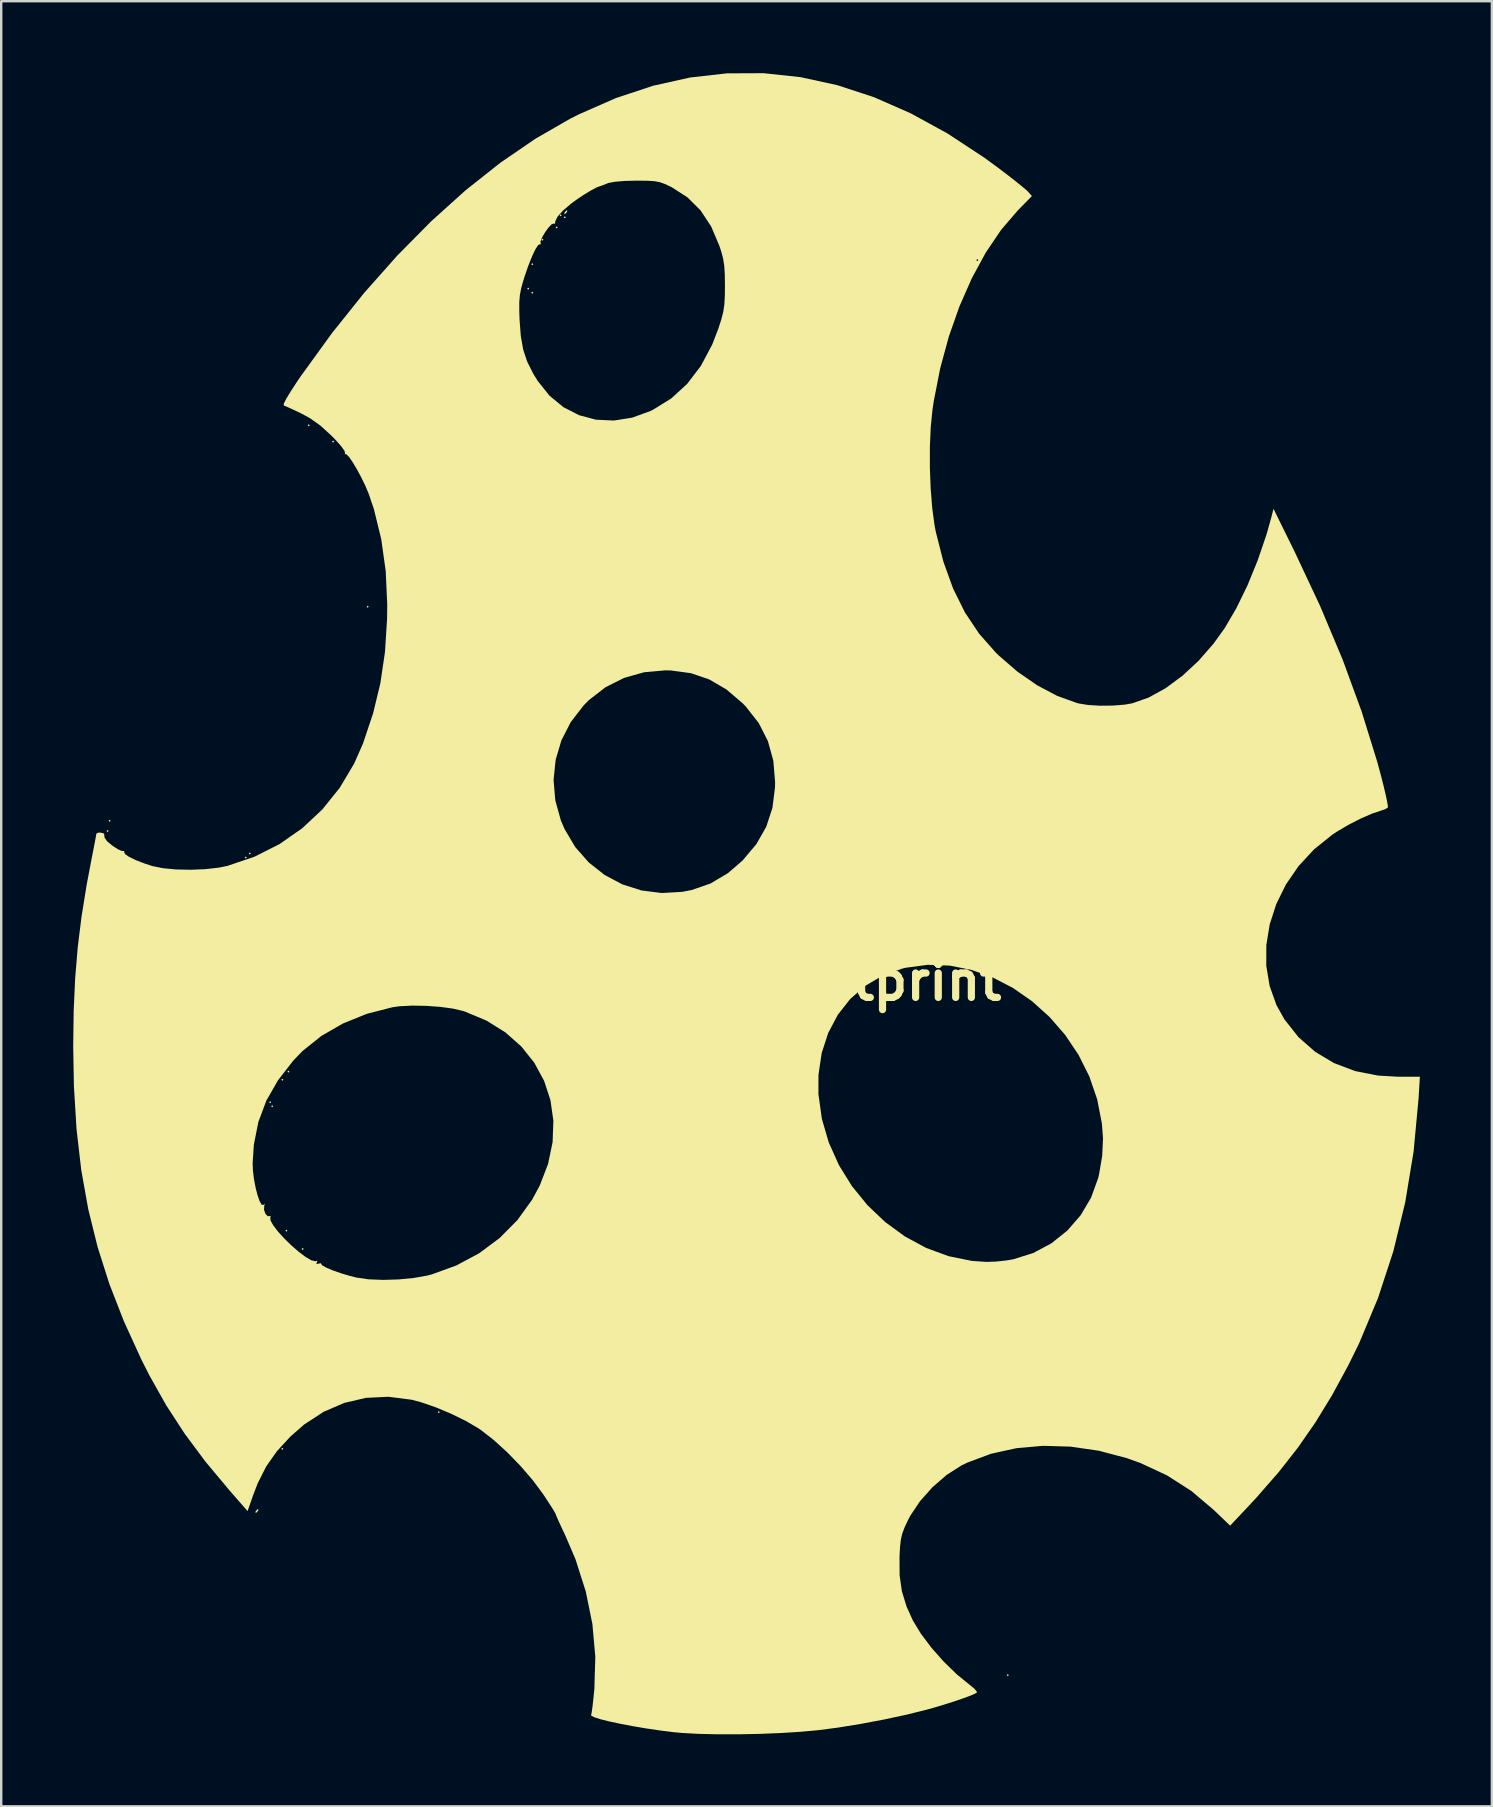
<source format=kicad_pcb>
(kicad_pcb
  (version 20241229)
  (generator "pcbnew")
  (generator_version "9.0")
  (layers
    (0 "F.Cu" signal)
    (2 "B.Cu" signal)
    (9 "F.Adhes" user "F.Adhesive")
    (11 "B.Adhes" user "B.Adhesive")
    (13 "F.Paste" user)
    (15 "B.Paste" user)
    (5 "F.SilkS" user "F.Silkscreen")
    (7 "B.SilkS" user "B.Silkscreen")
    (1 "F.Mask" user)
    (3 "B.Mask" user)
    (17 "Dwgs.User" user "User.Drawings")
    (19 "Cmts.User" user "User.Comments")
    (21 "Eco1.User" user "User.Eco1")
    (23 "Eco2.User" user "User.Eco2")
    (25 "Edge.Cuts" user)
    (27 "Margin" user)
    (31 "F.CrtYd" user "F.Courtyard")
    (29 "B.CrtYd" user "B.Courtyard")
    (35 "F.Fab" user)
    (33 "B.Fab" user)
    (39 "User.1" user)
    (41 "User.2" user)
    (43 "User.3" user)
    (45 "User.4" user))
  (footprint "easter_egg_footprint"
    (layer "F.Cu")
    (at 27.043 37.817)
    (property "Reference" "easter_egg_footprint" (at 0 0 0) (layer "F.SilkS") (effects (font (size 1.524 1.524) (thickness 0.3))))
    (attr board_only exclude_from_pos_files exclude_from_bom)
    (fp_poly (pts (xy -25.569 -6.244) (xy -25.612 -6.201) (xy -25.654 -6.244) (xy -25.612 -6.286)) (stroke (width 0) (type solid)) (fill yes) (layer "F.SilkS"))
    (fp_poly (pts (xy -25.485 -6.669) (xy -25.527 -6.626) (xy -25.569 -6.669) (xy -25.527 -6.711)) (stroke (width 0) (type solid)) (fill yes) (layer "F.SilkS"))
    (fp_poly (pts (xy -19.812 -5.139) (xy -19.854 -5.097) (xy -19.897 -5.139) (xy -19.854 -5.182)) (stroke (width 0) (type solid)) (fill yes) (layer "F.SilkS"))
    (fp_poly (pts (xy -19.643 -5.309) (xy -19.685 -5.267) (xy -19.727 -5.309) (xy -19.685 -5.352)) (stroke (width 0) (type solid)) (fill yes) (layer "F.SilkS"))
    (fp_poly (pts (xy -18.796 5.055) (xy -18.838 5.097) (xy -18.881 5.055) (xy -18.838 5.012)) (stroke (width 0) (type solid)) (fill yes) (layer "F.SilkS"))
    (fp_poly (pts (xy -18.711 5.224) (xy -18.754 5.267) (xy -18.796 5.224) (xy -18.754 5.182)) (stroke (width 0) (type solid)) (fill yes) (layer "F.SilkS"))
    (fp_poly (pts (xy -18.288 4.12) (xy -18.33 4.163) (xy -18.373 4.12) (xy -18.33 4.078)) (stroke (width 0) (type solid)) (fill yes) (layer "F.SilkS"))
    (fp_poly (pts (xy -18.288 19.496) (xy -18.33 19.538) (xy -18.373 19.496) (xy -18.33 19.454)) (stroke (width 0) (type solid)) (fill yes) (layer "F.SilkS"))
    (fp_poly (pts (xy -18.119 10.406) (xy -18.161 10.449) (xy -18.203 10.406) (xy -18.161 10.364)) (stroke (width 0) (type solid)) (fill yes) (layer "F.SilkS"))
    (fp_poly (pts (xy -18.034 3.78) (xy -18.076 3.823) (xy -18.119 3.78) (xy -18.076 3.738)) (stroke (width 0) (type solid)) (fill yes) (layer "F.SilkS"))
    (fp_poly (pts (xy -17.441 11.171) (xy -17.484 11.213) (xy -17.526 11.171) (xy -17.484 11.128)) (stroke (width 0) (type solid)) (fill yes) (layer "F.SilkS"))
    (fp_poly (pts (xy -17.187 -23.149) (xy -17.23 -23.106) (xy -17.272 -23.149) (xy -17.23 -23.191)) (stroke (width 0) (type solid)) (fill yes) (layer "F.SilkS"))
    (fp_poly (pts (xy -16.171 -22.469) (xy -16.214 -22.427) (xy -16.256 -22.469) (xy -16.214 -22.512)) (stroke (width 0) (type solid)) (fill yes) (layer "F.SilkS"))
    (fp_poly (pts (xy -14.732 -15.588) (xy -14.774 -15.546) (xy -14.817 -15.588) (xy -14.774 -15.631)) (stroke (width 0) (type solid)) (fill yes) (layer "F.SilkS"))
    (fp_poly (pts (xy -11.769 17.967) (xy -11.811 18.009) (xy -11.853 17.967) (xy -11.811 17.924)) (stroke (width 0) (type solid)) (fill yes) (layer "F.SilkS"))
    (fp_poly (pts (xy -8.043 -28.84) (xy -8.086 -28.798) (xy -8.128 -28.84) (xy -8.086 -28.883)) (stroke (width 0) (type solid)) (fill yes) (layer "F.SilkS"))
    (fp_poly (pts (xy -7.874 -29.86) (xy -7.916 -29.817) (xy -7.959 -29.86) (xy -7.916 -29.902)) (stroke (width 0) (type solid)) (fill yes) (layer "F.SilkS"))
    (fp_poly (pts (xy -7.874 -28.671) (xy -7.916 -28.628) (xy -7.959 -28.671) (xy -7.916 -28.713)) (stroke (width 0) (type solid)) (fill yes) (layer "F.SilkS"))
    (fp_poly (pts (xy -7.451 -30.879) (xy -7.493 -30.837) (xy -7.535 -30.879) (xy -7.493 -30.922)) (stroke (width 0) (type solid)) (fill yes) (layer "F.SilkS"))
    (fp_poly (pts (xy -6.858 -31.389) (xy -6.9 -31.346) (xy -6.943 -31.389) (xy -6.9 -31.431)) (stroke (width 0) (type solid)) (fill yes) (layer "F.SilkS"))
    (fp_poly (pts (xy -6.689 -31.899) (xy -6.731 -31.856) (xy -6.773 -31.899) (xy -6.731 -31.941)) (stroke (width 0) (type solid)) (fill yes) (layer "F.SilkS"))
    (fp_poly (pts (xy -6.519 -31.814) (xy -6.562 -31.771) (xy -6.604 -31.814) (xy -6.562 -31.856)) (stroke (width 0) (type solid)) (fill yes) (layer "F.SilkS"))
    (fp_poly (pts (xy 11.938 28.925) (xy 11.896 28.968) (xy 11.853 28.925) (xy 11.896 28.883)) (stroke (width 0) (type solid)) (fill yes) (layer "F.SilkS"))
    (fp_poly (pts (xy -19.331 22.057) (xy -19.346 22.087) (xy -19.426 22.168) (xy -19.441 22.172) (xy -19.447 22.117) (xy -19.431 22.087) (xy -19.351 22.006) (xy -19.336 22.002)) (stroke (width 0) (type solid)) (fill yes) (layer "F.SilkS"))
    (fp_poly (pts (xy -6.461 -32.056) (xy -6.477 -32.026) (xy -6.557 -31.945) (xy -6.572 -31.941) (xy -6.577 -31.996) (xy -6.562 -32.026) (xy -6.482 -32.107) (xy -6.467 -32.111)) (stroke (width 0) (type solid)) (fill yes) (layer "F.SilkS"))
    (fp_poly (pts (xy 3.256 -37.653) (xy 4.787 -37.32) (xy 6.318 -36.818) (xy 7.85 -36.146) (xy 9.385 -35.305) (xy 10.923 -34.294) (xy 11.472 -33.892) (xy 11.858 -33.599) (xy 12.207 -33.328) (xy 12.489 -33.1) (xy 12.68 -32.939) (xy 12.737 -32.883) (xy 12.901 -32.699) (xy 12.3 -32.087) (xy 11.615 -31.287) (xy 10.978 -30.343) (xy 10.397 -29.274) (xy 9.881 -28.101) (xy 9.439 -26.844) (xy 9.08 -25.524) (xy 8.813 -24.161) (xy 8.758 -23.795) (xy 8.686 -23.078) (xy 8.65 -22.263) (xy 8.649 -21.399) (xy 8.681 -20.534) (xy 8.746 -19.717) (xy 8.841 -18.998) (xy 8.891 -18.731) (xy 9.211 -17.472) (xy 9.615 -16.35) (xy 10.109 -15.352) (xy 10.703 -14.463) (xy 11.401 -13.671) (xy 11.51 -13.564) (xy 12.304 -12.879) (xy 13.129 -12.309) (xy 13.96 -11.871) (xy 14.771 -11.579) (xy 14.859 -11.556) (xy 15.253 -11.493) (xy 15.745 -11.464) (xy 16.269 -11.469) (xy 16.756 -11.507) (xy 17.081 -11.563) (xy 17.765 -11.804) (xy 18.467 -12.191) (xy 19.167 -12.707) (xy 19.842 -13.333) (xy 20.469 -14.051) (xy 20.933 -14.696) (xy 21.419 -15.526) (xy 21.884 -16.482) (xy 22.308 -17.52) (xy 22.674 -18.595) (xy 22.868 -19.284) (xy 22.967 -19.666) (xy 23.826 -17.924) (xy 24.909 -15.617) (xy 25.846 -13.387) (xy 26.636 -11.23) (xy 27.284 -9.143) (xy 27.432 -8.597) (xy 27.547 -8.15) (xy 27.639 -7.759) (xy 27.703 -7.456) (xy 27.733 -7.27) (xy 27.731 -7.226) (xy 27.624 -7.155) (xy 27.454 -7.096) (xy 27.074 -6.969) (xy 26.61 -6.767) (xy 26.116 -6.515) (xy 25.644 -6.24) (xy 25.414 -6.089) (xy 24.654 -5.477) (xy 24.009 -4.78) (xy 23.483 -4.015) (xy 23.082 -3.2) (xy 22.808 -2.353) (xy 22.668 -1.491) (xy 22.665 -0.631) (xy 22.804 0.209) (xy 23.09 1.011) (xy 23.424 1.609) (xy 24.009 2.347) (xy 24.699 2.953) (xy 25.486 3.425) (xy 26.362 3.757) (xy 27.321 3.946) (xy 28.131 3.993) (xy 29.065 3.993) (xy 29.01 4.906) (xy 28.803 7.112) (xy 28.454 9.229) (xy 27.96 11.263) (xy 27.32 13.217) (xy 26.535 15.097) (xy 26.085 16.013) (xy 25.41 17.256) (xy 24.719 18.387) (xy 23.983 19.448) (xy 23.17 20.483) (xy 22.249 21.536) (xy 21.868 21.946) (xy 21.16 22.698) (xy 20.483 22.049) (xy 19.543 21.253) (xy 18.528 20.603) (xy 17.418 20.086) (xy 16.845 19.882) (xy 15.684 19.576) (xy 14.517 19.406) (xy 13.365 19.372) (xy 12.249 19.471) (xy 11.191 19.704) (xy 10.214 20.069) (xy 9.951 20.198) (xy 9.346 20.586) (xy 8.761 21.093) (xy 8.242 21.675) (xy 7.833 22.285) (xy 7.746 22.45) (xy 7.596 22.77) (xy 7.498 23.03) (xy 7.439 23.287) (xy 7.405 23.601) (xy 7.384 23.994) (xy 7.388 24.758) (xy 7.483 25.432) (xy 7.681 26.076) (xy 7.941 26.649) (xy 8.273 27.197) (xy 8.714 27.783) (xy 9.227 28.364) (xy 9.774 28.896) (xy 10.31 29.332) (xy 10.5 29.488) (xy 10.602 29.609) (xy 10.606 29.654) (xy 10.478 29.723) (xy 10.22 29.827) (xy 9.864 29.953) (xy 9.444 30.091) (xy 8.992 30.23) (xy 8.551 30.356) (xy 7.705 30.567) (xy 6.754 30.772) (xy 5.766 30.959) (xy 4.804 31.114) (xy 3.979 31.221) (xy 3.242 31.288) (xy 2.418 31.339) (xy 1.545 31.374) (xy 0.662 31.391) (xy -0.193 31.391) (xy -0.981 31.373) (xy -1.664 31.336) (xy -2.032 31.302) (xy -2.606 31.23) (xy -3.184 31.144) (xy -3.744 31.049) (xy -4.263 30.95) (xy -4.717 30.853) (xy -5.083 30.761) (xy -5.339 30.679) (xy -5.461 30.613) (xy -5.465 30.589) (xy -5.441 30.481) (xy -5.407 30.24) (xy -5.369 29.9) (xy -5.329 29.499) (xy -5.329 29.495) (xy -5.29 28.158) (xy -5.411 26.799) (xy -5.688 25.438) (xy -6.116 24.098) (xy -6.53 23.13) (xy -6.694 22.78) (xy -6.828 22.489) (xy -6.915 22.288) (xy -6.943 22.213) (xy -6.987 22.128) (xy -7.107 21.932) (xy -7.285 21.657) (xy -7.466 21.383) (xy -7.892 20.808) (xy -8.406 20.211) (xy -8.967 19.634) (xy -9.536 19.117) (xy -10.071 18.703) (xy -10.147 18.652) (xy -10.67 18.343) (xy -11.285 18.041) (xy -11.93 17.77) (xy -12.546 17.557) (xy -12.954 17.45) (xy -13.911 17.328) (xy -14.844 17.373) (xy -15.746 17.583) (xy -16.607 17.953) (xy -17.419 18.483) (xy -17.994 18.986) (xy -18.561 19.603) (xy -19.001 20.23) (xy -19.353 20.927) (xy -19.54 21.412) (xy -19.778 22.091) (xy -20.542 21.218) (xy -21.534 20.029) (xy -22.399 18.866) (xy -23.165 17.688) (xy -23.861 16.452) (xy -24.212 15.758) (xy -24.931 14.183) (xy -25.534 12.635) (xy -26.027 11.086) (xy -26.416 9.513) (xy -26.707 7.887) (xy -26.74 7.599) (xy -19.567 7.599) (xy -19.553 7.923) (xy -19.509 8.275) (xy -19.442 8.623) (xy -19.361 8.936) (xy -19.275 9.181) (xy -19.192 9.325) (xy -19.121 9.337) (xy -19.113 9.328) (xy -19.064 9.279) (xy -19.084 9.372) (xy -19.092 9.545) (xy -19.032 9.71) (xy -18.937 9.806) (xy -18.863 9.801) (xy -18.81 9.795) (xy -18.831 9.843) (xy -18.824 9.981) (xy -18.705 10.193) (xy -18.502 10.456) (xy -18.239 10.743) (xy -17.943 11.03) (xy -17.641 11.293) (xy -17.357 11.506) (xy -17.118 11.644) (xy -16.951 11.683) (xy -16.919 11.672) (xy -16.863 11.662) (xy -16.892 11.724) (xy -16.911 11.8) (xy -16.816 11.781) (xy -16.715 11.763) (xy -16.712 11.792) (xy -16.664 11.858) (xy -16.486 11.954) (xy -16.213 12.068) (xy -15.876 12.186) (xy -15.511 12.294) (xy -15.24 12.362) (xy -14.741 12.434) (xy -14.137 12.459) (xy -13.487 12.44) (xy -12.849 12.378) (xy -12.281 12.276) (xy -12.113 12.233) (xy -11.074 11.855) (xy -10.122 11.345) (xy -9.272 10.711) (xy -8.534 9.965) (xy -7.923 9.117) (xy -7.609 8.537) (xy -7.257 7.625) (xy -7.069 6.717) (xy -7.037 5.829) (xy -7.158 4.974) (xy -7.243 4.715) (xy 4.006 4.715) (xy 4.148 5.744) (xy 4.437 6.735) (xy 4.859 7.675) (xy 5.401 8.55) (xy 6.049 9.346) (xy 6.789 10.05) (xy 7.608 10.648) (xy 8.492 11.126) (xy 9.427 11.47) (xy 10.399 11.668) (xy 11.007 11.71) (xy 11.402 11.696) (xy 11.845 11.648) (xy 12.128 11.599) (xy 12.955 11.339) (xy 13.709 10.937) (xy 14.373 10.408) (xy 14.93 9.768) (xy 15.364 9.035) (xy 15.659 8.224) (xy 15.696 8.07) (xy 15.829 7.293) (xy 15.863 6.569) (xy 15.817 5.946) (xy 15.621 4.938) (xy 15.291 3.978) (xy 14.841 3.079) (xy 14.284 2.25) (xy 13.634 1.503) (xy 12.906 0.848) (xy 12.112 0.296) (xy 11.267 -0.142) (xy 10.384 -0.456) (xy 9.477 -0.636) (xy 8.56 -0.669) (xy 7.647 -0.547) (xy 7.498 -0.511) (xy 6.679 -0.218) (xy 5.952 0.21) (xy 5.327 0.759) (xy 4.811 1.417) (xy 4.413 2.171) (xy 4.142 3.007) (xy 4.008 3.913) (xy 4.006 4.715) (xy -7.243 4.715) (xy -7.424 4.164) (xy -7.83 3.414) (xy -8.369 2.737) (xy -9.037 2.146) (xy -9.828 1.654) (xy -10.734 1.275) (xy -10.795 1.255) (xy -11.217 1.156) (xy -11.75 1.084) (xy -12.337 1.041) (xy -12.92 1.031) (xy -13.442 1.057) (xy -13.734 1.097) (xy -14.808 1.373) (xy -15.801 1.774) (xy -16.697 2.29) (xy -17.478 2.913) (xy -17.865 3.311) (xy -18.511 4.142) (xy -18.997 4.992) (xy -19.329 5.88) (xy -19.517 6.827) (xy -19.567 7.599) (xy -26.74 7.599) (xy -26.904 6.185) (xy -27.014 4.379) (xy -27.043 2.718) (xy -27.023 1.254) (xy -26.962 -0.098) (xy -26.855 -1.393) (xy -26.695 -2.684) (xy -26.478 -4.026) (xy -26.283 -5.055) (xy -26.204 -5.451) (xy -26.14 -5.786) (xy -26.096 -6.024) (xy -26.078 -6.131) (xy -26.078 -6.132) (xy -26.007 -6.175) (xy -25.914 -6.178) (xy -25.781 -6.148) (xy -25.755 -6.12) (xy -25.737 -5.967) (xy -25.634 -5.82) (xy -25.415 -5.637) (xy -25.387 -5.617) (xy -25.173 -5.479) (xy -25.007 -5.409) (xy -24.951 -5.41) (xy -24.906 -5.408) (xy -24.922 -5.373) (xy -24.886 -5.284) (xy -24.712 -5.164) (xy -24.422 -5.025) (xy -24.042 -4.88) (xy -23.749 -4.785) (xy -23.309 -4.694) (xy -22.757 -4.642) (xy -22.149 -4.629) (xy -21.536 -4.654) (xy -20.974 -4.718) (xy -20.616 -4.791) (xy -19.489 -5.173) (xy -18.448 -5.698) (xy -17.503 -6.357) (xy -16.663 -7.142) (xy -15.938 -8.045) (xy -15.745 -8.368) (xy -7.029 -8.368) (xy -6.957 -7.52) (xy -6.724 -6.682) (xy -6.573 -6.329) (xy -6.127 -5.576) (xy -5.563 -4.934) (xy -4.902 -4.413) (xy -4.163 -4.02) (xy -3.363 -3.766) (xy -2.523 -3.66) (xy -1.661 -3.71) (xy -1.278 -3.784) (xy -0.492 -4.056) (xy 0.238 -4.489) (xy 0.847 -5.016) (xy 1.42 -5.696) (xy 1.832 -6.421) (xy 2.089 -7.204) (xy 2.197 -8.06) (xy 2.201 -8.283) (xy 2.127 -9.174) (xy 1.901 -9.991) (xy 1.521 -10.739) (xy 0.984 -11.426) (xy 0.856 -11.558) (xy 0.177 -12.139) (xy -0.54 -12.558) (xy -1.307 -12.82) (xy -2.139 -12.932) (xy -2.37 -12.938) (xy -3.258 -12.858) (xy -4.094 -12.622) (xy -4.863 -12.235) (xy -5.549 -11.705) (xy -5.771 -11.482) (xy -6.311 -10.785) (xy -6.703 -10.02) (xy -6.943 -9.208) (xy -7.029 -8.368) (xy -15.745 -8.368) (xy -15.336 -9.056) (xy -14.966 -9.897) (xy -14.546 -11.153) (xy -14.244 -12.408) (xy -14.053 -13.704) (xy -13.966 -15.084) (xy -13.959 -15.673) (xy -14.022 -17.069) (xy -14.209 -18.404) (xy -14.514 -19.652) (xy -14.735 -20.303) (xy -14.873 -20.63) (xy -15.041 -20.977) (xy -15.222 -21.313) (xy -15.397 -21.606) (xy -15.547 -21.825) (xy -15.656 -21.937) (xy -15.69 -21.943) (xy -15.733 -21.947) (xy -15.714 -21.988) (xy -15.744 -22.09) (xy -15.885 -22.284) (xy -16.119 -22.547) (xy -16.273 -22.705) (xy -16.735 -23.128) (xy -17.18 -23.445) (xy -17.526 -23.633) (xy -17.833 -23.78) (xy -18.088 -23.897) (xy -18.248 -23.964) (xy -18.271 -23.972) (xy -18.268 -24.05) (xy -18.167 -24.254) (xy -17.973 -24.573) (xy -17.693 -25) (xy -17.564 -25.189) (xy -16.266 -26.982) (xy -15.234 -28.272) (xy -8.458 -28.272) (xy -8.458 -27.902) (xy -8.445 -27.535) (xy -8.394 -26.861) (xy -8.294 -26.301) (xy -8.129 -25.801) (xy -7.883 -25.31) (xy -7.69 -24.995) (xy -7.197 -24.379) (xy -6.617 -23.902) (xy -5.967 -23.568) (xy -5.263 -23.381) (xy -4.521 -23.345) (xy -3.757 -23.465) (xy -2.989 -23.744) (xy -2.9 -23.787) (xy -2.131 -24.262) (xy -1.461 -24.875) (xy -0.89 -25.625) (xy -0.421 -26.508) (xy -0.16 -27.184) (xy -0.037 -27.568) (xy 0.042 -27.881) (xy 0.087 -28.185) (xy 0.107 -28.541) (xy 0.111 -28.968) (xy 0.105 -29.436) (xy 0.082 -29.792) (xy 0.045 -30.03) (xy 10.583 -30.03) (xy 10.626 -29.987) (xy 10.668 -30.03) (xy 10.626 -30.072) (xy 10.583 -30.03) (xy 0.045 -30.03) (xy 0.035 -30.094) (xy -0.046 -30.399) (xy -0.12 -30.624) (xy -0.464 -31.432) (xy -0.907 -32.104) (xy -1.454 -32.647) (xy -2.11 -33.068) (xy -2.159 -33.093) (xy -2.399 -33.204) (xy -2.606 -33.277) (xy -2.828 -33.318) (xy -3.114 -33.336) (xy -3.513 -33.34) (xy -3.598 -33.34) (xy -4.076 -33.328) (xy -4.464 -33.295) (xy -4.73 -33.247) (xy -4.784 -33.228) (xy -4.97 -33.152) (xy -5.077 -33.116) (xy -5.08 -33.115) (xy -5.227 -33.063) (xy -5.468 -32.935) (xy -5.763 -32.756) (xy -6.069 -32.551) (xy -6.286 -32.392) (xy -6.634 -32.096) (xy -6.863 -31.841) (xy -6.961 -31.641) (xy -6.959 -31.574) (xy -6.991 -31.541) (xy -7.02 -31.554) (xy -7.11 -31.522) (xy -7.242 -31.384) (xy -7.384 -31.188) (xy -7.505 -30.981) (xy -7.572 -30.811) (xy -7.569 -30.738) (xy -7.56 -30.68) (xy -7.596 -30.695) (xy -7.675 -30.653) (xy -7.79 -30.473) (xy -7.929 -30.179) (xy -8.081 -29.797) (xy -8.235 -29.352) (xy -8.298 -29.149) (xy -8.383 -28.842) (xy -8.434 -28.568) (xy -8.458 -28.272) (xy -15.234 -28.272) (xy -14.922 -28.662) (xy -13.539 -30.22) (xy -12.127 -31.649) (xy -10.692 -32.941) (xy -9.243 -34.089) (xy -7.788 -35.085) (xy -6.336 -35.921) (xy -5.978 -36.102) (xy -4.429 -36.782) (xy -2.884 -37.294) (xy -1.345 -37.637) (xy 0.191 -37.811) (xy 1.724 -37.817)) (stroke (width 0) (type solid)) (fill yes) (layer "F.SilkS")))
  (gr_rect
    (start -3 -3)
    (end 59.108 72.208)
    (stroke (width 0.1) (type default))
    (fill no)
    (layer "Edge.Cuts")))
</source>
